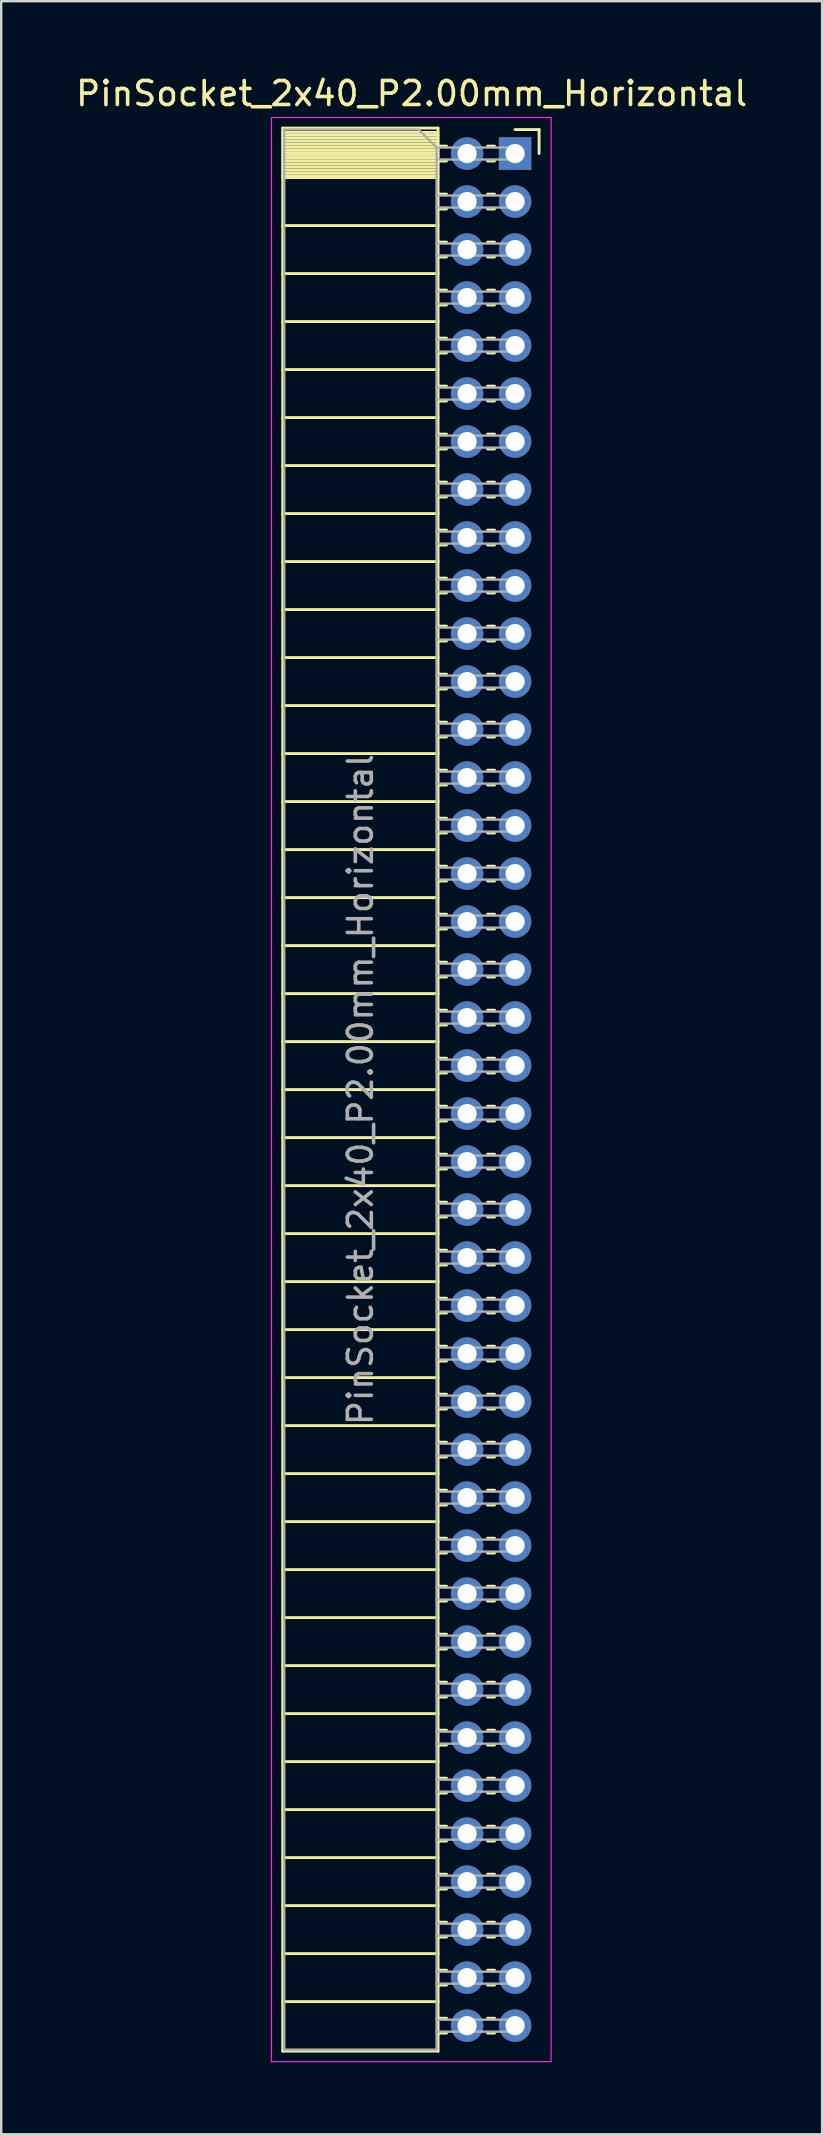
<source format=kicad_pcb>
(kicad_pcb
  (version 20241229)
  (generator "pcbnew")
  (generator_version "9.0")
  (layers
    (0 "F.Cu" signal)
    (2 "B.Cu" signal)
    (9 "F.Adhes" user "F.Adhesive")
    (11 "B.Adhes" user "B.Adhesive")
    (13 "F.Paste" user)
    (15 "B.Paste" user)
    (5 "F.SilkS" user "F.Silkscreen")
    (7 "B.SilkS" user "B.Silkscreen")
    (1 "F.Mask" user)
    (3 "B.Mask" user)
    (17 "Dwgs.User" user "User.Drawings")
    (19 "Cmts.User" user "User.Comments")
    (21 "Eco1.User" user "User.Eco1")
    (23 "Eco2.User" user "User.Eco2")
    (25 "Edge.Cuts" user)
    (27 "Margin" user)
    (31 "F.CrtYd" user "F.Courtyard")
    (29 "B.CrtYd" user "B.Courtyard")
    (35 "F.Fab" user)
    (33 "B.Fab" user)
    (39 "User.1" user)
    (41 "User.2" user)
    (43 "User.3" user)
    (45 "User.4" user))
  (footprint "PinSocket_2x40_P2.00mm_Horizontal"
    (layer "F.Cu")
    (at 18.411 3.348)
    (property "Reference" "PinSocket_2x40_P2.00mm_Horizontal" (at -4.31 -2.5 0) (layer "F.SilkS") (effects (font (size 1 1) (thickness 0.15))))
    (attr through_hole)
    (fp_line (start -9.68 -1.06) (end -3.21 -1.06) (stroke (width 0.12) (type solid)) (layer "F.SilkS"))
    (fp_line (start -9.68 -0.88) (end -3.21 -0.88) (stroke (width 0.12) (type solid)) (layer "F.SilkS"))
    (fp_line (start -9.68 -0.76) (end -3.21 -0.76) (stroke (width 0.12) (type solid)) (layer "F.SilkS"))
    (fp_line (start -9.68 -0.64) (end -3.21 -0.64) (stroke (width 0.12) (type solid)) (layer "F.SilkS"))
    (fp_line (start -9.68 -0.52) (end -3.21 -0.52) (stroke (width 0.12) (type solid)) (layer "F.SilkS"))
    (fp_line (start -9.68 -0.4) (end -3.21 -0.4) (stroke (width 0.12) (type solid)) (layer "F.SilkS"))
    (fp_line (start -9.68 -0.28) (end -3.21 -0.28) (stroke (width 0.12) (type solid)) (layer "F.SilkS"))
    (fp_line (start -9.68 -0.16) (end -3.21 -0.16) (stroke (width 0.12) (type solid)) (layer "F.SilkS"))
    (fp_line (start -9.68 -0.04) (end -3.21 -0.04) (stroke (width 0.12) (type solid)) (layer "F.SilkS"))
    (fp_line (start -9.68 0.08) (end -3.21 0.08) (stroke (width 0.12) (type solid)) (layer "F.SilkS"))
    (fp_line (start -9.68 0.2) (end -3.21 0.2) (stroke (width 0.12) (type solid)) (layer "F.SilkS"))
    (fp_line (start -9.68 0.32) (end -3.21 0.32) (stroke (width 0.12) (type solid)) (layer "F.SilkS"))
    (fp_line (start -9.68 0.44) (end -3.21 0.44) (stroke (width 0.12) (type solid)) (layer "F.SilkS"))
    (fp_line (start -9.68 0.56) (end -3.21 0.56) (stroke (width 0.12) (type solid)) (layer "F.SilkS"))
    (fp_line (start -9.68 0.68) (end -3.21 0.68) (stroke (width 0.12) (type solid)) (layer "F.SilkS"))
    (fp_line (start -9.68 0.8) (end -3.21 0.8) (stroke (width 0.12) (type solid)) (layer "F.SilkS"))
    (fp_line (start -9.68 0.92) (end -3.21 0.92) (stroke (width 0.12) (type solid)) (layer "F.SilkS"))
    (fp_line (start -9.68 1) (end -3.21 1) (stroke (width 0.12) (type solid)) (layer "F.SilkS"))
    (fp_line (start -9.68 3) (end -3.21 3) (stroke (width 0.12) (type solid)) (layer "F.SilkS"))
    (fp_line (start -9.68 5) (end -3.21 5) (stroke (width 0.12) (type solid)) (layer "F.SilkS"))
    (fp_line (start -9.68 7) (end -3.21 7) (stroke (width 0.12) (type solid)) (layer "F.SilkS"))
    (fp_line (start -9.68 9) (end -3.21 9) (stroke (width 0.12) (type solid)) (layer "F.SilkS"))
    (fp_line (start -9.68 11) (end -3.21 11) (stroke (width 0.12) (type solid)) (layer "F.SilkS"))
    (fp_line (start -9.68 13) (end -3.21 13) (stroke (width 0.12) (type solid)) (layer "F.SilkS"))
    (fp_line (start -9.68 15) (end -3.21 15) (stroke (width 0.12) (type solid)) (layer "F.SilkS"))
    (fp_line (start -9.68 17) (end -3.21 17) (stroke (width 0.12) (type solid)) (layer "F.SilkS"))
    (fp_line (start -9.68 19) (end -3.21 19) (stroke (width 0.12) (type solid)) (layer "F.SilkS"))
    (fp_line (start -9.68 21) (end -3.21 21) (stroke (width 0.12) (type solid)) (layer "F.SilkS"))
    (fp_line (start -9.68 23) (end -3.21 23) (stroke (width 0.12) (type solid)) (layer "F.SilkS"))
    (fp_line (start -9.68 25) (end -3.21 25) (stroke (width 0.12) (type solid)) (layer "F.SilkS"))
    (fp_line (start -9.68 27) (end -3.21 27) (stroke (width 0.12) (type solid)) (layer "F.SilkS"))
    (fp_line (start -9.68 29) (end -3.21 29) (stroke (width 0.12) (type solid)) (layer "F.SilkS"))
    (fp_line (start -9.68 31) (end -3.21 31) (stroke (width 0.12) (type solid)) (layer "F.SilkS"))
    (fp_line (start -9.68 33) (end -3.21 33) (stroke (width 0.12) (type solid)) (layer "F.SilkS"))
    (fp_line (start -9.68 35) (end -3.21 35) (stroke (width 0.12) (type solid)) (layer "F.SilkS"))
    (fp_line (start -9.68 37) (end -3.21 37) (stroke (width 0.12) (type solid)) (layer "F.SilkS"))
    (fp_line (start -9.68 39) (end -3.21 39) (stroke (width 0.12) (type solid)) (layer "F.SilkS"))
    (fp_line (start -9.68 41) (end -3.21 41) (stroke (width 0.12) (type solid)) (layer "F.SilkS"))
    (fp_line (start -9.68 43) (end -3.21 43) (stroke (width 0.12) (type solid)) (layer "F.SilkS"))
    (fp_line (start -9.68 45) (end -3.21 45) (stroke (width 0.12) (type solid)) (layer "F.SilkS"))
    (fp_line (start -9.68 47) (end -3.21 47) (stroke (width 0.12) (type solid)) (layer "F.SilkS"))
    (fp_line (start -9.68 49) (end -3.21 49) (stroke (width 0.12) (type solid)) (layer "F.SilkS"))
    (fp_line (start -9.68 51) (end -3.21 51) (stroke (width 0.12) (type solid)) (layer "F.SilkS"))
    (fp_line (start -9.68 53) (end -3.21 53) (stroke (width 0.12) (type solid)) (layer "F.SilkS"))
    (fp_line (start -9.68 55) (end -3.21 55) (stroke (width 0.12) (type solid)) (layer "F.SilkS"))
    (fp_line (start -9.68 57) (end -3.21 57) (stroke (width 0.12) (type solid)) (layer "F.SilkS"))
    (fp_line (start -9.68 59) (end -3.21 59) (stroke (width 0.12) (type solid)) (layer "F.SilkS"))
    (fp_line (start -9.68 61) (end -3.21 61) (stroke (width 0.12) (type solid)) (layer "F.SilkS"))
    (fp_line (start -9.68 63) (end -3.21 63) (stroke (width 0.12) (type solid)) (layer "F.SilkS"))
    (fp_line (start -9.68 65) (end -3.21 65) (stroke (width 0.12) (type solid)) (layer "F.SilkS"))
    (fp_line (start -9.68 67) (end -3.21 67) (stroke (width 0.12) (type solid)) (layer "F.SilkS"))
    (fp_line (start -9.68 69) (end -3.21 69) (stroke (width 0.12) (type solid)) (layer "F.SilkS"))
    (fp_line (start -9.68 71) (end -3.21 71) (stroke (width 0.12) (type solid)) (layer "F.SilkS"))
    (fp_line (start -9.68 73) (end -3.21 73) (stroke (width 0.12) (type solid)) (layer "F.SilkS"))
    (fp_line (start -9.68 75) (end -3.21 75) (stroke (width 0.12) (type solid)) (layer "F.SilkS"))
    (fp_line (start -9.68 77) (end -3.21 77) (stroke (width 0.12) (type solid)) (layer "F.SilkS"))
    (fp_line (start -9.68 79.06) (end -9.68 -1.06) (stroke (width 0.12) (type solid)) (layer "F.SilkS"))
    (fp_line (start -3.21 -1.06) (end -3.21 79.06) (stroke (width 0.12) (type solid)) (layer "F.SilkS"))
    (fp_line (start -3.21 -0.31) (end -2.855 -0.31) (stroke (width 0.12) (type solid)) (layer "F.SilkS"))
    (fp_line (start -3.21 1.69) (end -2.855 1.69) (stroke (width 0.12) (type solid)) (layer "F.SilkS"))
    (fp_line (start -3.21 3.69) (end -2.855 3.69) (stroke (width 0.12) (type solid)) (layer "F.SilkS"))
    (fp_line (start -3.21 5.69) (end -2.855 5.69) (stroke (width 0.12) (type solid)) (layer "F.SilkS"))
    (fp_line (start -3.21 7.69) (end -2.855 7.69) (stroke (width 0.12) (type solid)) (layer "F.SilkS"))
    (fp_line (start -3.21 9.69) (end -2.855 9.69) (stroke (width 0.12) (type solid)) (layer "F.SilkS"))
    (fp_line (start -3.21 11.69) (end -2.855 11.69) (stroke (width 0.12) (type solid)) (layer "F.SilkS"))
    (fp_line (start -3.21 13.69) (end -2.855 13.69) (stroke (width 0.12) (type solid)) (layer "F.SilkS"))
    (fp_line (start -3.21 15.69) (end -2.855 15.69) (stroke (width 0.12) (type solid)) (layer "F.SilkS"))
    (fp_line (start -3.21 17.69) (end -2.855 17.69) (stroke (width 0.12) (type solid)) (layer "F.SilkS"))
    (fp_line (start -3.21 19.69) (end -2.855 19.69) (stroke (width 0.12) (type solid)) (layer "F.SilkS"))
    (fp_line (start -3.21 21.69) (end -2.855 21.69) (stroke (width 0.12) (type solid)) (layer "F.SilkS"))
    (fp_line (start -3.21 23.69) (end -2.855 23.69) (stroke (width 0.12) (type solid)) (layer "F.SilkS"))
    (fp_line (start -3.21 25.69) (end -2.855 25.69) (stroke (width 0.12) (type solid)) (layer "F.SilkS"))
    (fp_line (start -3.21 27.69) (end -2.855 27.69) (stroke (width 0.12) (type solid)) (layer "F.SilkS"))
    (fp_line (start -3.21 29.69) (end -2.855 29.69) (stroke (width 0.12) (type solid)) (layer "F.SilkS"))
    (fp_line (start -3.21 31.69) (end -2.855 31.69) (stroke (width 0.12) (type solid)) (layer "F.SilkS"))
    (fp_line (start -3.21 33.69) (end -2.855 33.69) (stroke (width 0.12) (type solid)) (layer "F.SilkS"))
    (fp_line (start -3.21 35.69) (end -2.855 35.69) (stroke (width 0.12) (type solid)) (layer "F.SilkS"))
    (fp_line (start -3.21 37.69) (end -2.855 37.69) (stroke (width 0.12) (type solid)) (layer "F.SilkS"))
    (fp_line (start -3.21 39.69) (end -2.855 39.69) (stroke (width 0.12) (type solid)) (layer "F.SilkS"))
    (fp_line (start -3.21 41.69) (end -2.855 41.69) (stroke (width 0.12) (type solid)) (layer "F.SilkS"))
    (fp_line (start -3.21 43.69) (end -2.855 43.69) (stroke (width 0.12) (type solid)) (layer "F.SilkS"))
    (fp_line (start -3.21 45.69) (end -2.855 45.69) (stroke (width 0.12) (type solid)) (layer "F.SilkS"))
    (fp_line (start -3.21 47.69) (end -2.855 47.69) (stroke (width 0.12) (type solid)) (layer "F.SilkS"))
    (fp_line (start -3.21 49.69) (end -2.855 49.69) (stroke (width 0.12) (type solid)) (layer "F.SilkS"))
    (fp_line (start -3.21 51.69) (end -2.855 51.69) (stroke (width 0.12) (type solid)) (layer "F.SilkS"))
    (fp_line (start -3.21 53.69) (end -2.855 53.69) (stroke (width 0.12) (type solid)) (layer "F.SilkS"))
    (fp_line (start -3.21 55.69) (end -2.855 55.69) (stroke (width 0.12) (type solid)) (layer "F.SilkS"))
    (fp_line (start -3.21 57.69) (end -2.855 57.69) (stroke (width 0.12) (type solid)) (layer "F.SilkS"))
    (fp_line (start -3.21 59.69) (end -2.855 59.69) (stroke (width 0.12) (type solid)) (layer "F.SilkS"))
    (fp_line (start -3.21 61.69) (end -2.855 61.69) (stroke (width 0.12) (type solid)) (layer "F.SilkS"))
    (fp_line (start -3.21 63.69) (end -2.855 63.69) (stroke (width 0.12) (type solid)) (layer "F.SilkS"))
    (fp_line (start -3.21 65.69) (end -2.855 65.69) (stroke (width 0.12) (type solid)) (layer "F.SilkS"))
    (fp_line (start -3.21 67.69) (end -2.855 67.69) (stroke (width 0.12) (type solid)) (layer "F.SilkS"))
    (fp_line (start -3.21 69.69) (end -2.855 69.69) (stroke (width 0.12) (type solid)) (layer "F.SilkS"))
    (fp_line (start -3.21 71.69) (end -2.855 71.69) (stroke (width 0.12) (type solid)) (layer "F.SilkS"))
    (fp_line (start -3.21 73.69) (end -2.855 73.69) (stroke (width 0.12) (type solid)) (layer "F.SilkS"))
    (fp_line (start -3.21 75.69) (end -2.855 75.69) (stroke (width 0.12) (type solid)) (layer "F.SilkS"))
    (fp_line (start -3.21 77.69) (end -2.855 77.69) (stroke (width 0.12) (type solid)) (layer "F.SilkS"))
    (fp_line (start -3.21 79.06) (end -9.68 79.06) (stroke (width 0.12) (type solid)) (layer "F.SilkS"))
    (fp_line (start -2.855 0.31) (end -3.21 0.31) (stroke (width 0.12) (type solid)) (layer "F.SilkS"))
    (fp_line (start -2.855 2.31) (end -3.21 2.31) (stroke (width 0.12) (type solid)) (layer "F.SilkS"))
    (fp_line (start -2.855 4.31) (end -3.21 4.31) (stroke (width 0.12) (type solid)) (layer "F.SilkS"))
    (fp_line (start -2.855 6.31) (end -3.21 6.31) (stroke (width 0.12) (type solid)) (layer "F.SilkS"))
    (fp_line (start -2.855 8.31) (end -3.21 8.31) (stroke (width 0.12) (type solid)) (layer "F.SilkS"))
    (fp_line (start -2.855 10.31) (end -3.21 10.31) (stroke (width 0.12) (type solid)) (layer "F.SilkS"))
    (fp_line (start -2.855 12.31) (end -3.21 12.31) (stroke (width 0.12) (type solid)) (layer "F.SilkS"))
    (fp_line (start -2.855 14.31) (end -3.21 14.31) (stroke (width 0.12) (type solid)) (layer "F.SilkS"))
    (fp_line (start -2.855 16.31) (end -3.21 16.31) (stroke (width 0.12) (type solid)) (layer "F.SilkS"))
    (fp_line (start -2.855 18.31) (end -3.21 18.31) (stroke (width 0.12) (type solid)) (layer "F.SilkS"))
    (fp_line (start -2.855 20.31) (end -3.21 20.31) (stroke (width 0.12) (type solid)) (layer "F.SilkS"))
    (fp_line (start -2.855 22.31) (end -3.21 22.31) (stroke (width 0.12) (type solid)) (layer "F.SilkS"))
    (fp_line (start -2.855 24.31) (end -3.21 24.31) (stroke (width 0.12) (type solid)) (layer "F.SilkS"))
    (fp_line (start -2.855 26.31) (end -3.21 26.31) (stroke (width 0.12) (type solid)) (layer "F.SilkS"))
    (fp_line (start -2.855 28.31) (end -3.21 28.31) (stroke (width 0.12) (type solid)) (layer "F.SilkS"))
    (fp_line (start -2.855 30.31) (end -3.21 30.31) (stroke (width 0.12) (type solid)) (layer "F.SilkS"))
    (fp_line (start -2.855 32.31) (end -3.21 32.31) (stroke (width 0.12) (type solid)) (layer "F.SilkS"))
    (fp_line (start -2.855 34.31) (end -3.21 34.31) (stroke (width 0.12) (type solid)) (layer "F.SilkS"))
    (fp_line (start -2.855 36.31) (end -3.21 36.31) (stroke (width 0.12) (type solid)) (layer "F.SilkS"))
    (fp_line (start -2.855 38.31) (end -3.21 38.31) (stroke (width 0.12) (type solid)) (layer "F.SilkS"))
    (fp_line (start -2.855 40.31) (end -3.21 40.31) (stroke (width 0.12) (type solid)) (layer "F.SilkS"))
    (fp_line (start -2.855 42.31) (end -3.21 42.31) (stroke (width 0.12) (type solid)) (layer "F.SilkS"))
    (fp_line (start -2.855 44.31) (end -3.21 44.31) (stroke (width 0.12) (type solid)) (layer "F.SilkS"))
    (fp_line (start -2.855 46.31) (end -3.21 46.31) (stroke (width 0.12) (type solid)) (layer "F.SilkS"))
    (fp_line (start -2.855 48.31) (end -3.21 48.31) (stroke (width 0.12) (type solid)) (layer "F.SilkS"))
    (fp_line (start -2.855 50.31) (end -3.21 50.31) (stroke (width 0.12) (type solid)) (layer "F.SilkS"))
    (fp_line (start -2.855 52.31) (end -3.21 52.31) (stroke (width 0.12) (type solid)) (layer "F.SilkS"))
    (fp_line (start -2.855 54.31) (end -3.21 54.31) (stroke (width 0.12) (type solid)) (layer "F.SilkS"))
    (fp_line (start -2.855 56.31) (end -3.21 56.31) (stroke (width 0.12) (type solid)) (layer "F.SilkS"))
    (fp_line (start -2.855 58.31) (end -3.21 58.31) (stroke (width 0.12) (type solid)) (layer "F.SilkS"))
    (fp_line (start -2.855 60.31) (end -3.21 60.31) (stroke (width 0.12) (type solid)) (layer "F.SilkS"))
    (fp_line (start -2.855 62.31) (end -3.21 62.31) (stroke (width 0.12) (type solid)) (layer "F.SilkS"))
    (fp_line (start -2.855 64.31) (end -3.21 64.31) (stroke (width 0.12) (type solid)) (layer "F.SilkS"))
    (fp_line (start -2.855 66.31) (end -3.21 66.31) (stroke (width 0.12) (type solid)) (layer "F.SilkS"))
    (fp_line (start -2.855 68.31) (end -3.21 68.31) (stroke (width 0.12) (type solid)) (layer "F.SilkS"))
    (fp_line (start -2.855 70.31) (end -3.21 70.31) (stroke (width 0.12) (type solid)) (layer "F.SilkS"))
    (fp_line (start -2.855 72.31) (end -3.21 72.31) (stroke (width 0.12) (type solid)) (layer "F.SilkS"))
    (fp_line (start -2.855 74.31) (end -3.21 74.31) (stroke (width 0.12) (type solid)) (layer "F.SilkS"))
    (fp_line (start -2.855 76.31) (end -3.21 76.31) (stroke (width 0.12) (type solid)) (layer "F.SilkS"))
    (fp_line (start -2.855 78.31) (end -3.21 78.31) (stroke (width 0.12) (type solid)) (layer "F.SilkS"))
    (fp_line (start -1.145 0.31) (end -0.855 0.31) (stroke (width 0.12) (type solid)) (layer "F.SilkS"))
    (fp_line (start -1.145 2.31) (end -0.855 2.31) (stroke (width 0.12) (type solid)) (layer "F.SilkS"))
    (fp_line (start -1.145 4.31) (end -0.855 4.31) (stroke (width 0.12) (type solid)) (layer "F.SilkS"))
    (fp_line (start -1.145 6.31) (end -0.855 6.31) (stroke (width 0.12) (type solid)) (layer "F.SilkS"))
    (fp_line (start -1.145 8.31) (end -0.855 8.31) (stroke (width 0.12) (type solid)) (layer "F.SilkS"))
    (fp_line (start -1.145 10.31) (end -0.855 10.31) (stroke (width 0.12) (type solid)) (layer "F.SilkS"))
    (fp_line (start -1.145 12.31) (end -0.855 12.31) (stroke (width 0.12) (type solid)) (layer "F.SilkS"))
    (fp_line (start -1.145 14.31) (end -0.855 14.31) (stroke (width 0.12) (type solid)) (layer "F.SilkS"))
    (fp_line (start -1.145 16.31) (end -0.855 16.31) (stroke (width 0.12) (type solid)) (layer "F.SilkS"))
    (fp_line (start -1.145 18.31) (end -0.855 18.31) (stroke (width 0.12) (type solid)) (layer "F.SilkS"))
    (fp_line (start -1.145 20.31) (end -0.855 20.31) (stroke (width 0.12) (type solid)) (layer "F.SilkS"))
    (fp_line (start -1.145 22.31) (end -0.855 22.31) (stroke (width 0.12) (type solid)) (layer "F.SilkS"))
    (fp_line (start -1.145 24.31) (end -0.855 24.31) (stroke (width 0.12) (type solid)) (layer "F.SilkS"))
    (fp_line (start -1.145 26.31) (end -0.855 26.31) (stroke (width 0.12) (type solid)) (layer "F.SilkS"))
    (fp_line (start -1.145 28.31) (end -0.855 28.31) (stroke (width 0.12) (type solid)) (layer "F.SilkS"))
    (fp_line (start -1.145 30.31) (end -0.855 30.31) (stroke (width 0.12) (type solid)) (layer "F.SilkS"))
    (fp_line (start -1.145 32.31) (end -0.855 32.31) (stroke (width 0.12) (type solid)) (layer "F.SilkS"))
    (fp_line (start -1.145 34.31) (end -0.855 34.31) (stroke (width 0.12) (type solid)) (layer "F.SilkS"))
    (fp_line (start -1.145 36.31) (end -0.855 36.31) (stroke (width 0.12) (type solid)) (layer "F.SilkS"))
    (fp_line (start -1.145 38.31) (end -0.855 38.31) (stroke (width 0.12) (type solid)) (layer "F.SilkS"))
    (fp_line (start -1.145 40.31) (end -0.855 40.31) (stroke (width 0.12) (type solid)) (layer "F.SilkS"))
    (fp_line (start -1.145 42.31) (end -0.855 42.31) (stroke (width 0.12) (type solid)) (layer "F.SilkS"))
    (fp_line (start -1.145 44.31) (end -0.855 44.31) (stroke (width 0.12) (type solid)) (layer "F.SilkS"))
    (fp_line (start -1.145 46.31) (end -0.855 46.31) (stroke (width 0.12) (type solid)) (layer "F.SilkS"))
    (fp_line (start -1.145 48.31) (end -0.855 48.31) (stroke (width 0.12) (type solid)) (layer "F.SilkS"))
    (fp_line (start -1.145 50.31) (end -0.855 50.31) (stroke (width 0.12) (type solid)) (layer "F.SilkS"))
    (fp_line (start -1.145 52.31) (end -0.855 52.31) (stroke (width 0.12) (type solid)) (layer "F.SilkS"))
    (fp_line (start -1.145 54.31) (end -0.855 54.31) (stroke (width 0.12) (type solid)) (layer "F.SilkS"))
    (fp_line (start -1.145 56.31) (end -0.855 56.31) (stroke (width 0.12) (type solid)) (layer "F.SilkS"))
    (fp_line (start -1.145 58.31) (end -0.855 58.31) (stroke (width 0.12) (type solid)) (layer "F.SilkS"))
    (fp_line (start -1.145 60.31) (end -0.855 60.31) (stroke (width 0.12) (type solid)) (layer "F.SilkS"))
    (fp_line (start -1.145 62.31) (end -0.855 62.31) (stroke (width 0.12) (type solid)) (layer "F.SilkS"))
    (fp_line (start -1.145 64.31) (end -0.855 64.31) (stroke (width 0.12) (type solid)) (layer "F.SilkS"))
    (fp_line (start -1.145 66.31) (end -0.855 66.31) (stroke (width 0.12) (type solid)) (layer "F.SilkS"))
    (fp_line (start -1.145 68.31) (end -0.855 68.31) (stroke (width 0.12) (type solid)) (layer "F.SilkS"))
    (fp_line (start -1.145 70.31) (end -0.855 70.31) (stroke (width 0.12) (type solid)) (layer "F.SilkS"))
    (fp_line (start -1.145 72.31) (end -0.855 72.31) (stroke (width 0.12) (type solid)) (layer "F.SilkS"))
    (fp_line (start -1.145 74.31) (end -0.855 74.31) (stroke (width 0.12) (type solid)) (layer "F.SilkS"))
    (fp_line (start -1.145 76.31) (end -0.855 76.31) (stroke (width 0.12) (type solid)) (layer "F.SilkS"))
    (fp_line (start -1.145 78.31) (end -0.855 78.31) (stroke (width 0.12) (type solid)) (layer "F.SilkS"))
    (fp_line (start -0.855 -0.31) (end -1.145 -0.31) (stroke (width 0.12) (type solid)) (layer "F.SilkS"))
    (fp_line (start -0.855 1.69) (end -1.145 1.69) (stroke (width 0.12) (type solid)) (layer "F.SilkS"))
    (fp_line (start -0.855 3.69) (end -1.145 3.69) (stroke (width 0.12) (type solid)) (layer "F.SilkS"))
    (fp_line (start -0.855 5.69) (end -1.145 5.69) (stroke (width 0.12) (type solid)) (layer "F.SilkS"))
    (fp_line (start -0.855 7.69) (end -1.145 7.69) (stroke (width 0.12) (type solid)) (layer "F.SilkS"))
    (fp_line (start -0.855 9.69) (end -1.145 9.69) (stroke (width 0.12) (type solid)) (layer "F.SilkS"))
    (fp_line (start -0.855 11.69) (end -1.145 11.69) (stroke (width 0.12) (type solid)) (layer "F.SilkS"))
    (fp_line (start -0.855 13.69) (end -1.145 13.69) (stroke (width 0.12) (type solid)) (layer "F.SilkS"))
    (fp_line (start -0.855 15.69) (end -1.145 15.69) (stroke (width 0.12) (type solid)) (layer "F.SilkS"))
    (fp_line (start -0.855 17.69) (end -1.145 17.69) (stroke (width 0.12) (type solid)) (layer "F.SilkS"))
    (fp_line (start -0.855 19.69) (end -1.145 19.69) (stroke (width 0.12) (type solid)) (layer "F.SilkS"))
    (fp_line (start -0.855 21.69) (end -1.145 21.69) (stroke (width 0.12) (type solid)) (layer "F.SilkS"))
    (fp_line (start -0.855 23.69) (end -1.145 23.69) (stroke (width 0.12) (type solid)) (layer "F.SilkS"))
    (fp_line (start -0.855 25.69) (end -1.145 25.69) (stroke (width 0.12) (type solid)) (layer "F.SilkS"))
    (fp_line (start -0.855 27.69) (end -1.145 27.69) (stroke (width 0.12) (type solid)) (layer "F.SilkS"))
    (fp_line (start -0.855 29.69) (end -1.145 29.69) (stroke (width 0.12) (type solid)) (layer "F.SilkS"))
    (fp_line (start -0.855 31.69) (end -1.145 31.69) (stroke (width 0.12) (type solid)) (layer "F.SilkS"))
    (fp_line (start -0.855 33.69) (end -1.145 33.69) (stroke (width 0.12) (type solid)) (layer "F.SilkS"))
    (fp_line (start -0.855 35.69) (end -1.145 35.69) (stroke (width 0.12) (type solid)) (layer "F.SilkS"))
    (fp_line (start -0.855 37.69) (end -1.145 37.69) (stroke (width 0.12) (type solid)) (layer "F.SilkS"))
    (fp_line (start -0.855 39.69) (end -1.145 39.69) (stroke (width 0.12) (type solid)) (layer "F.SilkS"))
    (fp_line (start -0.855 41.69) (end -1.145 41.69) (stroke (width 0.12) (type solid)) (layer "F.SilkS"))
    (fp_line (start -0.855 43.69) (end -1.145 43.69) (stroke (width 0.12) (type solid)) (layer "F.SilkS"))
    (fp_line (start -0.855 45.69) (end -1.145 45.69) (stroke (width 0.12) (type solid)) (layer "F.SilkS"))
    (fp_line (start -0.855 47.69) (end -1.145 47.69) (stroke (width 0.12) (type solid)) (layer "F.SilkS"))
    (fp_line (start -0.855 49.69) (end -1.145 49.69) (stroke (width 0.12) (type solid)) (layer "F.SilkS"))
    (fp_line (start -0.855 51.69) (end -1.145 51.69) (stroke (width 0.12) (type solid)) (layer "F.SilkS"))
    (fp_line (start -0.855 53.69) (end -1.145 53.69) (stroke (width 0.12) (type solid)) (layer "F.SilkS"))
    (fp_line (start -0.855 55.69) (end -1.145 55.69) (stroke (width 0.12) (type solid)) (layer "F.SilkS"))
    (fp_line (start -0.855 57.69) (end -1.145 57.69) (stroke (width 0.12) (type solid)) (layer "F.SilkS"))
    (fp_line (start -0.855 59.69) (end -1.145 59.69) (stroke (width 0.12) (type solid)) (layer "F.SilkS"))
    (fp_line (start -0.855 61.69) (end -1.145 61.69) (stroke (width 0.12) (type solid)) (layer "F.SilkS"))
    (fp_line (start -0.855 63.69) (end -1.145 63.69) (stroke (width 0.12) (type solid)) (layer "F.SilkS"))
    (fp_line (start -0.855 65.69) (end -1.145 65.69) (stroke (width 0.12) (type solid)) (layer "F.SilkS"))
    (fp_line (start -0.855 67.69) (end -1.145 67.69) (stroke (width 0.12) (type solid)) (layer "F.SilkS"))
    (fp_line (start -0.855 69.69) (end -1.145 69.69) (stroke (width 0.12) (type solid)) (layer "F.SilkS"))
    (fp_line (start -0.855 71.69) (end -1.145 71.69) (stroke (width 0.12) (type solid)) (layer "F.SilkS"))
    (fp_line (start -0.855 73.69) (end -1.145 73.69) (stroke (width 0.12) (type solid)) (layer "F.SilkS"))
    (fp_line (start -0.855 75.69) (end -1.145 75.69) (stroke (width 0.12) (type solid)) (layer "F.SilkS"))
    (fp_line (start -0.855 77.69) (end -1.145 77.69) (stroke (width 0.12) (type solid)) (layer "F.SilkS"))
    (fp_line (start 0 -1) (end 1 -1) (stroke (width 0.12) (type solid)) (layer "F.SilkS"))
    (fp_line (start 1 -1) (end 1 0) (stroke (width 0.12) (type solid)) (layer "F.SilkS"))
    (fp_line (start -10.15 -1.5) (end -10.15 79.5) (stroke (width 0.05) (type solid)) (layer "F.CrtYd"))
    (fp_line (start -10.15 79.5) (end 1.5 79.5) (stroke (width 0.05) (type solid)) (layer "F.CrtYd"))
    (fp_line (start 1.5 -1.5) (end -10.15 -1.5) (stroke (width 0.05) (type solid)) (layer "F.CrtYd"))
    (fp_line (start 1.5 79.5) (end 1.5 -1.5) (stroke (width 0.05) (type solid)) (layer "F.CrtYd"))
    (fp_line (start -9.62 -1) (end -4.02 -1) (stroke (width 0.1) (type solid)) (layer "F.Fab"))
    (fp_line (start -9.62 79) (end -9.62 -1) (stroke (width 0.1) (type solid)) (layer "F.Fab"))
    (fp_line (start -4.02 -1) (end -3.27 -0.25) (stroke (width 0.1) (type solid)) (layer "F.Fab"))
    (fp_line (start -3.27 -0.25) (end -3.27 79) (stroke (width 0.1) (type solid)) (layer "F.Fab"))
    (fp_line (start -3.27 0.25) (end 0 0.25) (stroke (width 0.1) (type solid)) (layer "F.Fab"))
    (fp_line (start -3.27 2.25) (end 0 2.25) (stroke (width 0.1) (type solid)) (layer "F.Fab"))
    (fp_line (start -3.27 4.25) (end 0 4.25) (stroke (width 0.1) (type solid)) (layer "F.Fab"))
    (fp_line (start -3.27 6.25) (end 0 6.25) (stroke (width 0.1) (type solid)) (layer "F.Fab"))
    (fp_line (start -3.27 8.25) (end 0 8.25) (stroke (width 0.1) (type solid)) (layer "F.Fab"))
    (fp_line (start -3.27 10.25) (end 0 10.25) (stroke (width 0.1) (type solid)) (layer "F.Fab"))
    (fp_line (start -3.27 12.25) (end 0 12.25) (stroke (width 0.1) (type solid)) (layer "F.Fab"))
    (fp_line (start -3.27 14.25) (end 0 14.25) (stroke (width 0.1) (type solid)) (layer "F.Fab"))
    (fp_line (start -3.27 16.25) (end 0 16.25) (stroke (width 0.1) (type solid)) (layer "F.Fab"))
    (fp_line (start -3.27 18.25) (end 0 18.25) (stroke (width 0.1) (type solid)) (layer "F.Fab"))
    (fp_line (start -3.27 20.25) (end 0 20.25) (stroke (width 0.1) (type solid)) (layer "F.Fab"))
    (fp_line (start -3.27 22.25) (end 0 22.25) (stroke (width 0.1) (type solid)) (layer "F.Fab"))
    (fp_line (start -3.27 24.25) (end 0 24.25) (stroke (width 0.1) (type solid)) (layer "F.Fab"))
    (fp_line (start -3.27 26.25) (end 0 26.25) (stroke (width 0.1) (type solid)) (layer "F.Fab"))
    (fp_line (start -3.27 28.25) (end 0 28.25) (stroke (width 0.1) (type solid)) (layer "F.Fab"))
    (fp_line (start -3.27 30.25) (end 0 30.25) (stroke (width 0.1) (type solid)) (layer "F.Fab"))
    (fp_line (start -3.27 32.25) (end 0 32.25) (stroke (width 0.1) (type solid)) (layer "F.Fab"))
    (fp_line (start -3.27 34.25) (end 0 34.25) (stroke (width 0.1) (type solid)) (layer "F.Fab"))
    (fp_line (start -3.27 36.25) (end 0 36.25) (stroke (width 0.1) (type solid)) (layer "F.Fab"))
    (fp_line (start -3.27 38.25) (end 0 38.25) (stroke (width 0.1) (type solid)) (layer "F.Fab"))
    (fp_line (start -3.27 40.25) (end 0 40.25) (stroke (width 0.1) (type solid)) (layer "F.Fab"))
    (fp_line (start -3.27 42.25) (end 0 42.25) (stroke (width 0.1) (type solid)) (layer "F.Fab"))
    (fp_line (start -3.27 44.25) (end 0 44.25) (stroke (width 0.1) (type solid)) (layer "F.Fab"))
    (fp_line (start -3.27 46.25) (end 0 46.25) (stroke (width 0.1) (type solid)) (layer "F.Fab"))
    (fp_line (start -3.27 48.25) (end 0 48.25) (stroke (width 0.1) (type solid)) (layer "F.Fab"))
    (fp_line (start -3.27 50.25) (end 0 50.25) (stroke (width 0.1) (type solid)) (layer "F.Fab"))
    (fp_line (start -3.27 52.25) (end 0 52.25) (stroke (width 0.1) (type solid)) (layer "F.Fab"))
    (fp_line (start -3.27 54.25) (end 0 54.25) (stroke (width 0.1) (type solid)) (layer "F.Fab"))
    (fp_line (start -3.27 56.25) (end 0 56.25) (stroke (width 0.1) (type solid)) (layer "F.Fab"))
    (fp_line (start -3.27 58.25) (end 0 58.25) (stroke (width 0.1) (type solid)) (layer "F.Fab"))
    (fp_line (start -3.27 60.25) (end 0 60.25) (stroke (width 0.1) (type solid)) (layer "F.Fab"))
    (fp_line (start -3.27 62.25) (end 0 62.25) (stroke (width 0.1) (type solid)) (layer "F.Fab"))
    (fp_line (start -3.27 64.25) (end 0 64.25) (stroke (width 0.1) (type solid)) (layer "F.Fab"))
    (fp_line (start -3.27 66.25) (end 0 66.25) (stroke (width 0.1) (type solid)) (layer "F.Fab"))
    (fp_line (start -3.27 68.25) (end 0 68.25) (stroke (width 0.1) (type solid)) (layer "F.Fab"))
    (fp_line (start -3.27 70.25) (end 0 70.25) (stroke (width 0.1) (type solid)) (layer "F.Fab"))
    (fp_line (start -3.27 72.25) (end 0 72.25) (stroke (width 0.1) (type solid)) (layer "F.Fab"))
    (fp_line (start -3.27 74.25) (end 0 74.25) (stroke (width 0.1) (type solid)) (layer "F.Fab"))
    (fp_line (start -3.27 76.25) (end 0 76.25) (stroke (width 0.1) (type solid)) (layer "F.Fab"))
    (fp_line (start -3.27 78.25) (end 0 78.25) (stroke (width 0.1) (type solid)) (layer "F.Fab"))
    (fp_line (start -3.27 79) (end -9.62 79) (stroke (width 0.1) (type solid)) (layer "F.Fab"))
    (fp_line (start 0 -0.25) (end -3.27 -0.25) (stroke (width 0.1) (type solid)) (layer "F.Fab"))
    (fp_line (start 0 0.25) (end 0 -0.25) (stroke (width 0.1) (type solid)) (layer "F.Fab"))
    (fp_line (start 0 1.75) (end -3.27 1.75) (stroke (width 0.1) (type solid)) (layer "F.Fab"))
    (fp_line (start 0 2.25) (end 0 1.75) (stroke (width 0.1) (type solid)) (layer "F.Fab"))
    (fp_line (start 0 3.75) (end -3.27 3.75) (stroke (width 0.1) (type solid)) (layer "F.Fab"))
    (fp_line (start 0 4.25) (end 0 3.75) (stroke (width 0.1) (type solid)) (layer "F.Fab"))
    (fp_line (start 0 5.75) (end -3.27 5.75) (stroke (width 0.1) (type solid)) (layer "F.Fab"))
    (fp_line (start 0 6.25) (end 0 5.75) (stroke (width 0.1) (type solid)) (layer "F.Fab"))
    (fp_line (start 0 7.75) (end -3.27 7.75) (stroke (width 0.1) (type solid)) (layer "F.Fab"))
    (fp_line (start 0 8.25) (end 0 7.75) (stroke (width 0.1) (type solid)) (layer "F.Fab"))
    (fp_line (start 0 9.75) (end -3.27 9.75) (stroke (width 0.1) (type solid)) (layer "F.Fab"))
    (fp_line (start 0 10.25) (end 0 9.75) (stroke (width 0.1) (type solid)) (layer "F.Fab"))
    (fp_line (start 0 11.75) (end -3.27 11.75) (stroke (width 0.1) (type solid)) (layer "F.Fab"))
    (fp_line (start 0 12.25) (end 0 11.75) (stroke (width 0.1) (type solid)) (layer "F.Fab"))
    (fp_line (start 0 13.75) (end -3.27 13.75) (stroke (width 0.1) (type solid)) (layer "F.Fab"))
    (fp_line (start 0 14.25) (end 0 13.75) (stroke (width 0.1) (type solid)) (layer "F.Fab"))
    (fp_line (start 0 15.75) (end -3.27 15.75) (stroke (width 0.1) (type solid)) (layer "F.Fab"))
    (fp_line (start 0 16.25) (end 0 15.75) (stroke (width 0.1) (type solid)) (layer "F.Fab"))
    (fp_line (start 0 17.75) (end -3.27 17.75) (stroke (width 0.1) (type solid)) (layer "F.Fab"))
    (fp_line (start 0 18.25) (end 0 17.75) (stroke (width 0.1) (type solid)) (layer "F.Fab"))
    (fp_line (start 0 19.75) (end -3.27 19.75) (stroke (width 0.1) (type solid)) (layer "F.Fab"))
    (fp_line (start 0 20.25) (end 0 19.75) (stroke (width 0.1) (type solid)) (layer "F.Fab"))
    (fp_line (start 0 21.75) (end -3.27 21.75) (stroke (width 0.1) (type solid)) (layer "F.Fab"))
    (fp_line (start 0 22.25) (end 0 21.75) (stroke (width 0.1) (type solid)) (layer "F.Fab"))
    (fp_line (start 0 23.75) (end -3.27 23.75) (stroke (width 0.1) (type solid)) (layer "F.Fab"))
    (fp_line (start 0 24.25) (end 0 23.75) (stroke (width 0.1) (type solid)) (layer "F.Fab"))
    (fp_line (start 0 25.75) (end -3.27 25.75) (stroke (width 0.1) (type solid)) (layer "F.Fab"))
    (fp_line (start 0 26.25) (end 0 25.75) (stroke (width 0.1) (type solid)) (layer "F.Fab"))
    (fp_line (start 0 27.75) (end -3.27 27.75) (stroke (width 0.1) (type solid)) (layer "F.Fab"))
    (fp_line (start 0 28.25) (end 0 27.75) (stroke (width 0.1) (type solid)) (layer "F.Fab"))
    (fp_line (start 0 29.75) (end -3.27 29.75) (stroke (width 0.1) (type solid)) (layer "F.Fab"))
    (fp_line (start 0 30.25) (end 0 29.75) (stroke (width 0.1) (type solid)) (layer "F.Fab"))
    (fp_line (start 0 31.75) (end -3.27 31.75) (stroke (width 0.1) (type solid)) (layer "F.Fab"))
    (fp_line (start 0 32.25) (end 0 31.75) (stroke (width 0.1) (type solid)) (layer "F.Fab"))
    (fp_line (start 0 33.75) (end -3.27 33.75) (stroke (width 0.1) (type solid)) (layer "F.Fab"))
    (fp_line (start 0 34.25) (end 0 33.75) (stroke (width 0.1) (type solid)) (layer "F.Fab"))
    (fp_line (start 0 35.75) (end -3.27 35.75) (stroke (width 0.1) (type solid)) (layer "F.Fab"))
    (fp_line (start 0 36.25) (end 0 35.75) (stroke (width 0.1) (type solid)) (layer "F.Fab"))
    (fp_line (start 0 37.75) (end -3.27 37.75) (stroke (width 0.1) (type solid)) (layer "F.Fab"))
    (fp_line (start 0 38.25) (end 0 37.75) (stroke (width 0.1) (type solid)) (layer "F.Fab"))
    (fp_line (start 0 39.75) (end -3.27 39.75) (stroke (width 0.1) (type solid)) (layer "F.Fab"))
    (fp_line (start 0 40.25) (end 0 39.75) (stroke (width 0.1) (type solid)) (layer "F.Fab"))
    (fp_line (start 0 41.75) (end -3.27 41.75) (stroke (width 0.1) (type solid)) (layer "F.Fab"))
    (fp_line (start 0 42.25) (end 0 41.75) (stroke (width 0.1) (type solid)) (layer "F.Fab"))
    (fp_line (start 0 43.75) (end -3.27 43.75) (stroke (width 0.1) (type solid)) (layer "F.Fab"))
    (fp_line (start 0 44.25) (end 0 43.75) (stroke (width 0.1) (type solid)) (layer "F.Fab"))
    (fp_line (start 0 45.75) (end -3.27 45.75) (stroke (width 0.1) (type solid)) (layer "F.Fab"))
    (fp_line (start 0 46.25) (end 0 45.75) (stroke (width 0.1) (type solid)) (layer "F.Fab"))
    (fp_line (start 0 47.75) (end -3.27 47.75) (stroke (width 0.1) (type solid)) (layer "F.Fab"))
    (fp_line (start 0 48.25) (end 0 47.75) (stroke (width 0.1) (type solid)) (layer "F.Fab"))
    (fp_line (start 0 49.75) (end -3.27 49.75) (stroke (width 0.1) (type solid)) (layer "F.Fab"))
    (fp_line (start 0 50.25) (end 0 49.75) (stroke (width 0.1) (type solid)) (layer "F.Fab"))
    (fp_line (start 0 51.75) (end -3.27 51.75) (stroke (width 0.1) (type solid)) (layer "F.Fab"))
    (fp_line (start 0 52.25) (end 0 51.75) (stroke (width 0.1) (type solid)) (layer "F.Fab"))
    (fp_line (start 0 53.75) (end -3.27 53.75) (stroke (width 0.1) (type solid)) (layer "F.Fab"))
    (fp_line (start 0 54.25) (end 0 53.75) (stroke (width 0.1) (type solid)) (layer "F.Fab"))
    (fp_line (start 0 55.75) (end -3.27 55.75) (stroke (width 0.1) (type solid)) (layer "F.Fab"))
    (fp_line (start 0 56.25) (end 0 55.75) (stroke (width 0.1) (type solid)) (layer "F.Fab"))
    (fp_line (start 0 57.75) (end -3.27 57.75) (stroke (width 0.1) (type solid)) (layer "F.Fab"))
    (fp_line (start 0 58.25) (end 0 57.75) (stroke (width 0.1) (type solid)) (layer "F.Fab"))
    (fp_line (start 0 59.75) (end -3.27 59.75) (stroke (width 0.1) (type solid)) (layer "F.Fab"))
    (fp_line (start 0 60.25) (end 0 59.75) (stroke (width 0.1) (type solid)) (layer "F.Fab"))
    (fp_line (start 0 61.75) (end -3.27 61.75) (stroke (width 0.1) (type solid)) (layer "F.Fab"))
    (fp_line (start 0 62.25) (end 0 61.75) (stroke (width 0.1) (type solid)) (layer "F.Fab"))
    (fp_line (start 0 63.75) (end -3.27 63.75) (stroke (width 0.1) (type solid)) (layer "F.Fab"))
    (fp_line (start 0 64.25) (end 0 63.75) (stroke (width 0.1) (type solid)) (layer "F.Fab"))
    (fp_line (start 0 65.75) (end -3.27 65.75) (stroke (width 0.1) (type solid)) (layer "F.Fab"))
    (fp_line (start 0 66.25) (end 0 65.75) (stroke (width 0.1) (type solid)) (layer "F.Fab"))
    (fp_line (start 0 67.75) (end -3.27 67.75) (stroke (width 0.1) (type solid)) (layer "F.Fab"))
    (fp_line (start 0 68.25) (end 0 67.75) (stroke (width 0.1) (type solid)) (layer "F.Fab"))
    (fp_line (start 0 69.75) (end -3.27 69.75) (stroke (width 0.1) (type solid)) (layer "F.Fab"))
    (fp_line (start 0 70.25) (end 0 69.75) (stroke (width 0.1) (type solid)) (layer "F.Fab"))
    (fp_line (start 0 71.75) (end -3.27 71.75) (stroke (width 0.1) (type solid)) (layer "F.Fab"))
    (fp_line (start 0 72.25) (end 0 71.75) (stroke (width 0.1) (type solid)) (layer "F.Fab"))
    (fp_line (start 0 73.75) (end -3.27 73.75) (stroke (width 0.1) (type solid)) (layer "F.Fab"))
    (fp_line (start 0 74.25) (end 0 73.75) (stroke (width 0.1) (type solid)) (layer "F.Fab"))
    (fp_line (start 0 75.75) (end -3.27 75.75) (stroke (width 0.1) (type solid)) (layer "F.Fab"))
    (fp_line (start 0 76.25) (end 0 75.75) (stroke (width 0.1) (type solid)) (layer "F.Fab"))
    (fp_line (start 0 77.75) (end -3.27 77.75) (stroke (width 0.1) (type solid)) (layer "F.Fab"))
    (fp_line (start 0 78.25) (end 0 77.75) (stroke (width 0.1) (type solid)) (layer "F.Fab"))
    (fp_text user "${REFERENCE}" (at -6.445 39 90) (layer "F.Fab") (effects (font (size 1 1) (thickness 0.15))))
    (pad "1" thru_hole rect (at 0 0) (size 1.35 1.35) (drill 0.8) (layers "*.Cu" "*.Mask"))
    (pad "2" thru_hole oval (at -2 0) (size 1.35 1.35) (drill 0.8) (layers "*.Cu" "*.Mask"))
    (pad "3" thru_hole oval (at 0 2) (size 1.35 1.35) (drill 0.8) (layers "*.Cu" "*.Mask"))
    (pad "4" thru_hole oval (at -2 2) (size 1.35 1.35) (drill 0.8) (layers "*.Cu" "*.Mask"))
    (pad "5" thru_hole oval (at 0 4) (size 1.35 1.35) (drill 0.8) (layers "*.Cu" "*.Mask"))
    (pad "6" thru_hole oval (at -2 4) (size 1.35 1.35) (drill 0.8) (layers "*.Cu" "*.Mask"))
    (pad "7" thru_hole oval (at 0 6) (size 1.35 1.35) (drill 0.8) (layers "*.Cu" "*.Mask"))
    (pad "8" thru_hole oval (at -2 6) (size 1.35 1.35) (drill 0.8) (layers "*.Cu" "*.Mask"))
    (pad "9" thru_hole oval (at 0 8) (size 1.35 1.35) (drill 0.8) (layers "*.Cu" "*.Mask"))
    (pad "10" thru_hole oval (at -2 8) (size 1.35 1.35) (drill 0.8) (layers "*.Cu" "*.Mask"))
    (pad "11" thru_hole oval (at 0 10) (size 1.35 1.35) (drill 0.8) (layers "*.Cu" "*.Mask"))
    (pad "12" thru_hole oval (at -2 10) (size 1.35 1.35) (drill 0.8) (layers "*.Cu" "*.Mask"))
    (pad "13" thru_hole oval (at 0 12) (size 1.35 1.35) (drill 0.8) (layers "*.Cu" "*.Mask"))
    (pad "14" thru_hole oval (at -2 12) (size 1.35 1.35) (drill 0.8) (layers "*.Cu" "*.Mask"))
    (pad "15" thru_hole oval (at 0 14) (size 1.35 1.35) (drill 0.8) (layers "*.Cu" "*.Mask"))
    (pad "16" thru_hole oval (at -2 14) (size 1.35 1.35) (drill 0.8) (layers "*.Cu" "*.Mask"))
    (pad "17" thru_hole oval (at 0 16) (size 1.35 1.35) (drill 0.8) (layers "*.Cu" "*.Mask"))
    (pad "18" thru_hole oval (at -2 16) (size 1.35 1.35) (drill 0.8) (layers "*.Cu" "*.Mask"))
    (pad "19" thru_hole oval (at 0 18) (size 1.35 1.35) (drill 0.8) (layers "*.Cu" "*.Mask"))
    (pad "20" thru_hole oval (at -2 18) (size 1.35 1.35) (drill 0.8) (layers "*.Cu" "*.Mask"))
    (pad "21" thru_hole oval (at 0 20) (size 1.35 1.35) (drill 0.8) (layers "*.Cu" "*.Mask"))
    (pad "22" thru_hole oval (at -2 20) (size 1.35 1.35) (drill 0.8) (layers "*.Cu" "*.Mask"))
    (pad "23" thru_hole oval (at 0 22) (size 1.35 1.35) (drill 0.8) (layers "*.Cu" "*.Mask"))
    (pad "24" thru_hole oval (at -2 22) (size 1.35 1.35) (drill 0.8) (layers "*.Cu" "*.Mask"))
    (pad "25" thru_hole oval (at 0 24) (size 1.35 1.35) (drill 0.8) (layers "*.Cu" "*.Mask"))
    (pad "26" thru_hole oval (at -2 24) (size 1.35 1.35) (drill 0.8) (layers "*.Cu" "*.Mask"))
    (pad "27" thru_hole oval (at 0 26) (size 1.35 1.35) (drill 0.8) (layers "*.Cu" "*.Mask"))
    (pad "28" thru_hole oval (at -2 26) (size 1.35 1.35) (drill 0.8) (layers "*.Cu" "*.Mask"))
    (pad "29" thru_hole oval (at 0 28) (size 1.35 1.35) (drill 0.8) (layers "*.Cu" "*.Mask"))
    (pad "30" thru_hole oval (at -2 28) (size 1.35 1.35) (drill 0.8) (layers "*.Cu" "*.Mask"))
    (pad "31" thru_hole oval (at 0 30) (size 1.35 1.35) (drill 0.8) (layers "*.Cu" "*.Mask"))
    (pad "32" thru_hole oval (at -2 30) (size 1.35 1.35) (drill 0.8) (layers "*.Cu" "*.Mask"))
    (pad "33" thru_hole oval (at 0 32) (size 1.35 1.35) (drill 0.8) (layers "*.Cu" "*.Mask"))
    (pad "34" thru_hole oval (at -2 32) (size 1.35 1.35) (drill 0.8) (layers "*.Cu" "*.Mask"))
    (pad "35" thru_hole oval (at 0 34) (size 1.35 1.35) (drill 0.8) (layers "*.Cu" "*.Mask"))
    (pad "36" thru_hole oval (at -2 34) (size 1.35 1.35) (drill 0.8) (layers "*.Cu" "*.Mask"))
    (pad "37" thru_hole oval (at 0 36) (size 1.35 1.35) (drill 0.8) (layers "*.Cu" "*.Mask"))
    (pad "38" thru_hole oval (at -2 36) (size 1.35 1.35) (drill 0.8) (layers "*.Cu" "*.Mask"))
    (pad "39" thru_hole oval (at 0 38) (size 1.35 1.35) (drill 0.8) (layers "*.Cu" "*.Mask"))
    (pad "40" thru_hole oval (at -2 38) (size 1.35 1.35) (drill 0.8) (layers "*.Cu" "*.Mask"))
    (pad "41" thru_hole oval (at 0 40) (size 1.35 1.35) (drill 0.8) (layers "*.Cu" "*.Mask"))
    (pad "42" thru_hole oval (at -2 40) (size 1.35 1.35) (drill 0.8) (layers "*.Cu" "*.Mask"))
    (pad "43" thru_hole oval (at 0 42) (size 1.35 1.35) (drill 0.8) (layers "*.Cu" "*.Mask"))
    (pad "44" thru_hole oval (at -2 42) (size 1.35 1.35) (drill 0.8) (layers "*.Cu" "*.Mask"))
    (pad "45" thru_hole oval (at 0 44) (size 1.35 1.35) (drill 0.8) (layers "*.Cu" "*.Mask"))
    (pad "46" thru_hole oval (at -2 44) (size 1.35 1.35) (drill 0.8) (layers "*.Cu" "*.Mask"))
    (pad "47" thru_hole oval (at 0 46) (size 1.35 1.35) (drill 0.8) (layers "*.Cu" "*.Mask"))
    (pad "48" thru_hole oval (at -2 46) (size 1.35 1.35) (drill 0.8) (layers "*.Cu" "*.Mask"))
    (pad "49" thru_hole oval (at 0 48) (size 1.35 1.35) (drill 0.8) (layers "*.Cu" "*.Mask"))
    (pad "50" thru_hole oval (at -2 48) (size 1.35 1.35) (drill 0.8) (layers "*.Cu" "*.Mask"))
    (pad "51" thru_hole oval (at 0 50) (size 1.35 1.35) (drill 0.8) (layers "*.Cu" "*.Mask"))
    (pad "52" thru_hole oval (at -2 50) (size 1.35 1.35) (drill 0.8) (layers "*.Cu" "*.Mask"))
    (pad "53" thru_hole oval (at 0 52) (size 1.35 1.35) (drill 0.8) (layers "*.Cu" "*.Mask"))
    (pad "54" thru_hole oval (at -2 52) (size 1.35 1.35) (drill 0.8) (layers "*.Cu" "*.Mask"))
    (pad "55" thru_hole oval (at 0 54) (size 1.35 1.35) (drill 0.8) (layers "*.Cu" "*.Mask"))
    (pad "56" thru_hole oval (at -2 54) (size 1.35 1.35) (drill 0.8) (layers "*.Cu" "*.Mask"))
    (pad "57" thru_hole oval (at 0 56) (size 1.35 1.35) (drill 0.8) (layers "*.Cu" "*.Mask"))
    (pad "58" thru_hole oval (at -2 56) (size 1.35 1.35) (drill 0.8) (layers "*.Cu" "*.Mask"))
    (pad "59" thru_hole oval (at 0 58) (size 1.35 1.35) (drill 0.8) (layers "*.Cu" "*.Mask"))
    (pad "60" thru_hole oval (at -2 58) (size 1.35 1.35) (drill 0.8) (layers "*.Cu" "*.Mask"))
    (pad "61" thru_hole oval (at 0 60) (size 1.35 1.35) (drill 0.8) (layers "*.Cu" "*.Mask"))
    (pad "62" thru_hole oval (at -2 60) (size 1.35 1.35) (drill 0.8) (layers "*.Cu" "*.Mask"))
    (pad "63" thru_hole oval (at 0 62) (size 1.35 1.35) (drill 0.8) (layers "*.Cu" "*.Mask"))
    (pad "64" thru_hole oval (at -2 62) (size 1.35 1.35) (drill 0.8) (layers "*.Cu" "*.Mask"))
    (pad "65" thru_hole oval (at 0 64) (size 1.35 1.35) (drill 0.8) (layers "*.Cu" "*.Mask"))
    (pad "66" thru_hole oval (at -2 64) (size 1.35 1.35) (drill 0.8) (layers "*.Cu" "*.Mask"))
    (pad "67" thru_hole oval (at 0 66) (size 1.35 1.35) (drill 0.8) (layers "*.Cu" "*.Mask"))
    (pad "68" thru_hole oval (at -2 66) (size 1.35 1.35) (drill 0.8) (layers "*.Cu" "*.Mask"))
    (pad "69" thru_hole oval (at 0 68) (size 1.35 1.35) (drill 0.8) (layers "*.Cu" "*.Mask"))
    (pad "70" thru_hole oval (at -2 68) (size 1.35 1.35) (drill 0.8) (layers "*.Cu" "*.Mask"))
    (pad "71" thru_hole oval (at 0 70) (size 1.35 1.35) (drill 0.8) (layers "*.Cu" "*.Mask"))
    (pad "72" thru_hole oval (at -2 70) (size 1.35 1.35) (drill 0.8) (layers "*.Cu" "*.Mask"))
    (pad "73" thru_hole oval (at 0 72) (size 1.35 1.35) (drill 0.8) (layers "*.Cu" "*.Mask"))
    (pad "74" thru_hole oval (at -2 72) (size 1.35 1.35) (drill 0.8) (layers "*.Cu" "*.Mask"))
    (pad "75" thru_hole oval (at 0 74) (size 1.35 1.35) (drill 0.8) (layers "*.Cu" "*.Mask"))
    (pad "76" thru_hole oval (at -2 74) (size 1.35 1.35) (drill 0.8) (layers "*.Cu" "*.Mask"))
    (pad "77" thru_hole oval (at 0 76) (size 1.35 1.35) (drill 0.8) (layers "*.Cu" "*.Mask"))
    (pad "78" thru_hole oval (at -2 76) (size 1.35 1.35) (drill 0.8) (layers "*.Cu" "*.Mask"))
    (pad "79" thru_hole oval (at 0 78) (size 1.35 1.35) (drill 0.8) (layers "*.Cu" "*.Mask"))
    (pad "80" thru_hole oval (at -2 78) (size 1.35 1.35) (drill 0.8) (layers "*.Cu" "*.Mask")))
  (gr_rect
    (start -3 -3)
    (end 31.202 85.873)
    (stroke (width 0.1) (type default))
    (fill no)
    (layer "Edge.Cuts")))
</source>
